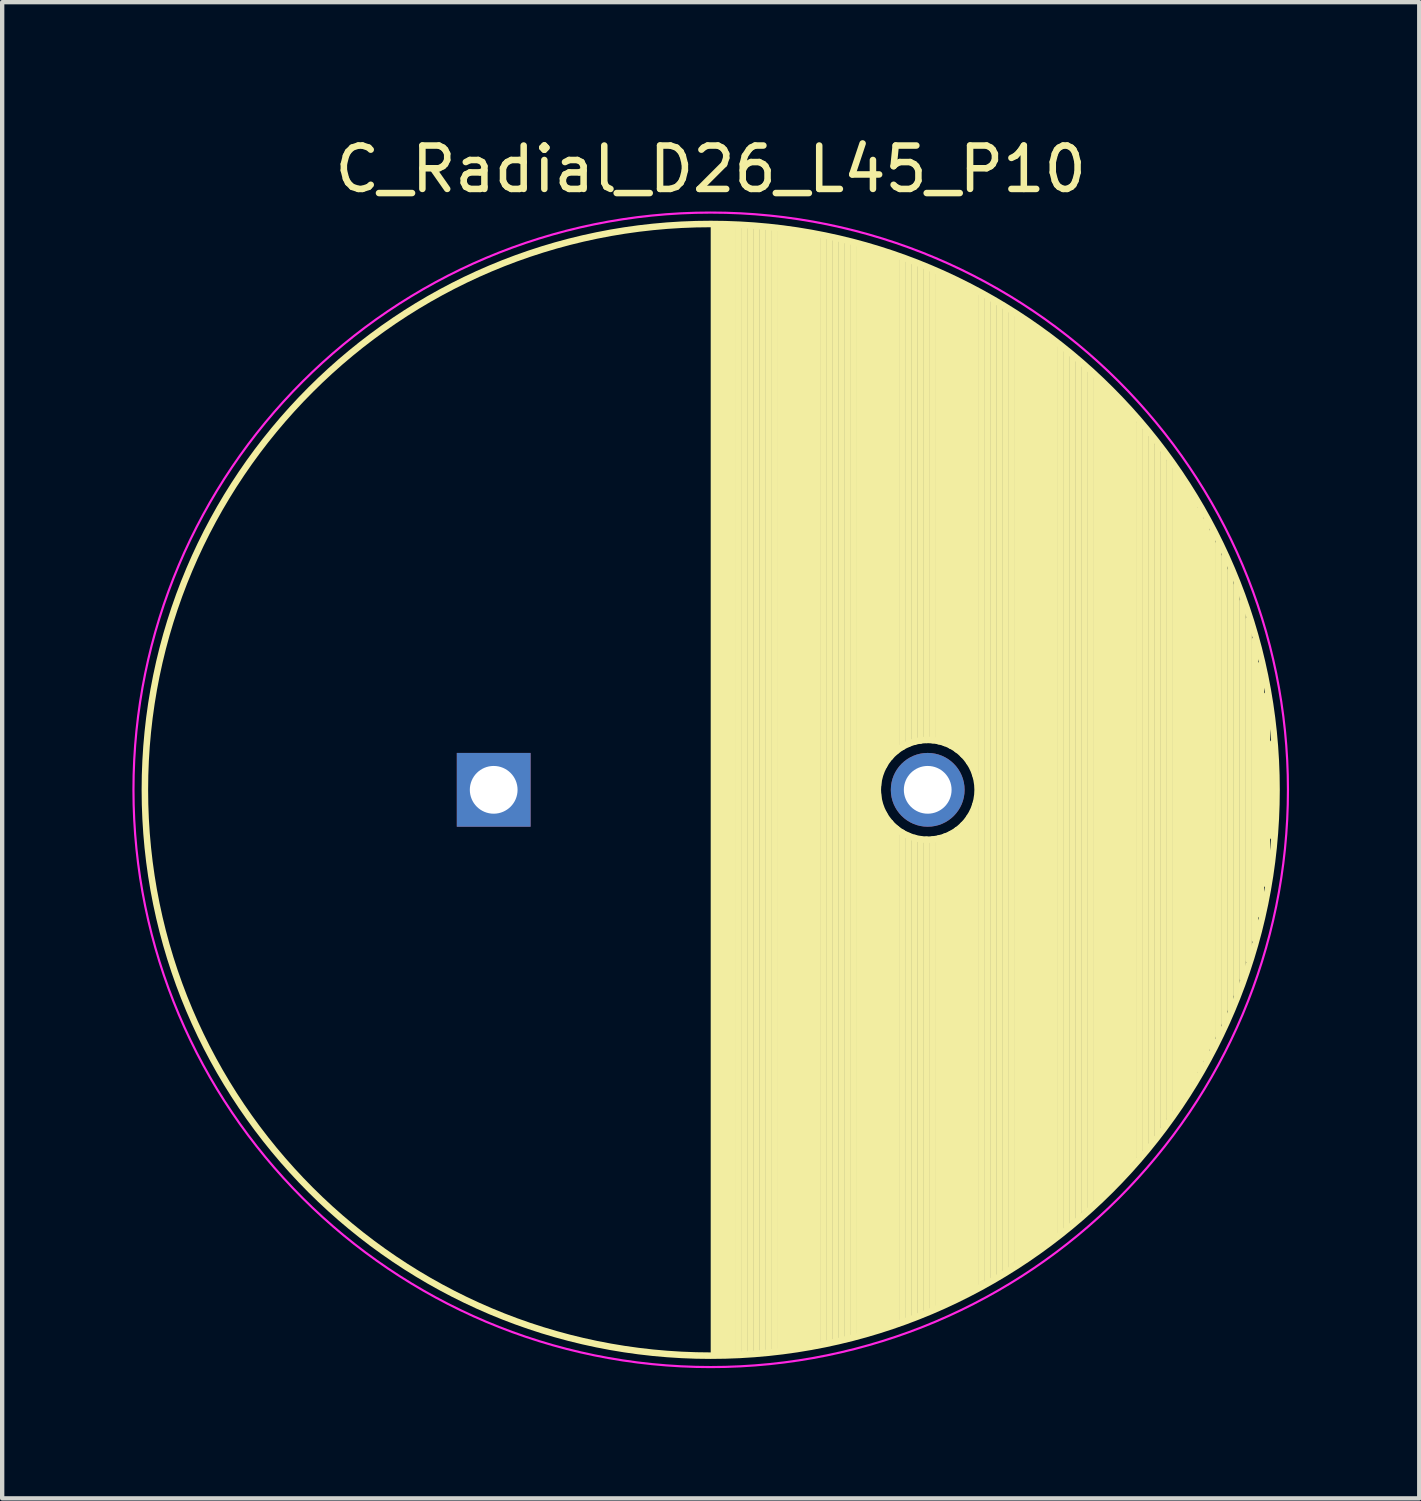
<source format=kicad_pcb>
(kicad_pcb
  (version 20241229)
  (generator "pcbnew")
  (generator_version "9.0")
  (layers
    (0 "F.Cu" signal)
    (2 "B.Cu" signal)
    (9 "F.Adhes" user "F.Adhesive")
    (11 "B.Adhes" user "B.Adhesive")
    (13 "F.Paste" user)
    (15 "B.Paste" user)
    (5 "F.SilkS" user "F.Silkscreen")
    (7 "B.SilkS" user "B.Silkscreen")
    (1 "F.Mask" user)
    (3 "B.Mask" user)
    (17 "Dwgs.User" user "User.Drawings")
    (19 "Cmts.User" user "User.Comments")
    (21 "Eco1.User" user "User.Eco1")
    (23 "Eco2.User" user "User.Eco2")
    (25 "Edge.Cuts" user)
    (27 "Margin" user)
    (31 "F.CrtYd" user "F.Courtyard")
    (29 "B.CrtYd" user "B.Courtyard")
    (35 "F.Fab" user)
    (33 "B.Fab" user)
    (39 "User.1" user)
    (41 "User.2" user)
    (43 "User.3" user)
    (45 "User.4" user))
  (footprint "C_Radial_D26_L45_P10"
    (layer "F.Cu")
    (at 8.325 15.148)
    (property "Reference" "C_Radial_D26_L45_P10" (at 5 -14.3 0) (layer "F.SilkS") (effects (font (size 1 1) (thickness 0.15))))
    (attr through_hole)
    (fp_line (start 5.075 -13) (end 5.075 13) (stroke (width 0.15) (type solid)) (layer "F.SilkS"))
    (fp_line (start 5.215 -12.998) (end 5.215 12.998) (stroke (width 0.15) (type solid)) (layer "F.SilkS"))
    (fp_line (start 5.355 -12.995) (end 5.355 12.995) (stroke (width 0.15) (type solid)) (layer "F.SilkS"))
    (fp_line (start 5.495 -12.991) (end 5.495 12.991) (stroke (width 0.15) (type solid)) (layer "F.SilkS"))
    (fp_line (start 5.635 -12.984) (end 5.635 12.984) (stroke (width 0.15) (type solid)) (layer "F.SilkS"))
    (fp_line (start 5.775 -12.977) (end 5.775 12.977) (stroke (width 0.15) (type solid)) (layer "F.SilkS"))
    (fp_line (start 5.915 -12.968) (end 5.915 12.968) (stroke (width 0.15) (type solid)) (layer "F.SilkS"))
    (fp_line (start 6.055 -12.957) (end 6.055 12.957) (stroke (width 0.15) (type solid)) (layer "F.SilkS"))
    (fp_line (start 6.195 -12.945) (end 6.195 12.945) (stroke (width 0.15) (type solid)) (layer "F.SilkS"))
    (fp_line (start 6.335 -12.931) (end 6.335 12.931) (stroke (width 0.15) (type solid)) (layer "F.SilkS"))
    (fp_line (start 6.475 -12.916) (end 6.475 12.916) (stroke (width 0.15) (type solid)) (layer "F.SilkS"))
    (fp_line (start 6.615 -12.899) (end 6.615 12.899) (stroke (width 0.15) (type solid)) (layer "F.SilkS"))
    (fp_line (start 6.755 -12.881) (end 6.755 12.881) (stroke (width 0.15) (type solid)) (layer "F.SilkS"))
    (fp_line (start 6.895 -12.861) (end 6.895 12.861) (stroke (width 0.15) (type solid)) (layer "F.SilkS"))
    (fp_line (start 7.035 -12.84) (end 7.035 12.84) (stroke (width 0.15) (type solid)) (layer "F.SilkS"))
    (fp_line (start 7.175 -12.817) (end 7.175 12.817) (stroke (width 0.15) (type solid)) (layer "F.SilkS"))
    (fp_line (start 7.315 -12.792) (end 7.315 12.792) (stroke (width 0.15) (type solid)) (layer "F.SilkS"))
    (fp_line (start 7.455 -12.766) (end 7.455 12.766) (stroke (width 0.15) (type solid)) (layer "F.SilkS"))
    (fp_line (start 7.595 -12.738) (end 7.595 12.738) (stroke (width 0.15) (type solid)) (layer "F.SilkS"))
    (fp_line (start 7.735 -12.709) (end 7.735 12.709) (stroke (width 0.15) (type solid)) (layer "F.SilkS"))
    (fp_line (start 7.875 -12.678) (end 7.875 12.678) (stroke (width 0.15) (type solid)) (layer "F.SilkS"))
    (fp_line (start 8.015 -12.646) (end 8.015 12.646) (stroke (width 0.15) (type solid)) (layer "F.SilkS"))
    (fp_line (start 8.155 -12.611) (end 8.155 12.611) (stroke (width 0.15) (type solid)) (layer "F.SilkS"))
    (fp_line (start 8.295 -12.575) (end 8.295 12.575) (stroke (width 0.15) (type solid)) (layer "F.SilkS"))
    (fp_line (start 8.435 -12.538) (end 8.435 12.538) (stroke (width 0.15) (type solid)) (layer "F.SilkS"))
    (fp_line (start 8.575 -12.499) (end 8.575 12.499) (stroke (width 0.15) (type solid)) (layer "F.SilkS"))
    (fp_line (start 8.715 -12.458) (end 8.715 12.458) (stroke (width 0.15) (type solid)) (layer "F.SilkS"))
    (fp_line (start 8.855 -12.415) (end 8.855 -0.107) (stroke (width 0.15) (type solid)) (layer "F.SilkS"))
    (fp_line (start 8.855 0.107) (end 8.855 12.415) (stroke (width 0.15) (type solid)) (layer "F.SilkS"))
    (fp_line (start 8.995 -12.371) (end 8.995 -0.559) (stroke (width 0.15) (type solid)) (layer "F.SilkS"))
    (fp_line (start 8.995 0.559) (end 8.995 12.371) (stroke (width 0.15) (type solid)) (layer "F.SilkS"))
    (fp_line (start 9.135 -12.325) (end 9.135 -0.758) (stroke (width 0.15) (type solid)) (layer "F.SilkS"))
    (fp_line (start 9.135 0.758) (end 9.135 12.325) (stroke (width 0.15) (type solid)) (layer "F.SilkS"))
    (fp_line (start 9.275 -12.277) (end 9.275 -0.893) (stroke (width 0.15) (type solid)) (layer "F.SilkS"))
    (fp_line (start 9.275 0.893) (end 9.275 12.277) (stroke (width 0.15) (type solid)) (layer "F.SilkS"))
    (fp_line (start 9.415 -12.227) (end 9.415 -0.99) (stroke (width 0.15) (type solid)) (layer "F.SilkS"))
    (fp_line (start 9.415 0.99) (end 9.415 12.227) (stroke (width 0.15) (type solid)) (layer "F.SilkS"))
    (fp_line (start 9.555 -12.176) (end 9.555 -1.06) (stroke (width 0.15) (type solid)) (layer "F.SilkS"))
    (fp_line (start 9.555 1.06) (end 9.555 12.176) (stroke (width 0.15) (type solid)) (layer "F.SilkS"))
    (fp_line (start 9.695 -12.123) (end 9.695 -1.109) (stroke (width 0.15) (type solid)) (layer "F.SilkS"))
    (fp_line (start 9.695 1.109) (end 9.695 12.123) (stroke (width 0.15) (type solid)) (layer "F.SilkS"))
    (fp_line (start 9.835 -12.067) (end 9.835 -1.138) (stroke (width 0.15) (type solid)) (layer "F.SilkS"))
    (fp_line (start 9.835 1.138) (end 9.835 12.067) (stroke (width 0.15) (type solid)) (layer "F.SilkS"))
    (fp_line (start 9.975 -12.01) (end 9.975 -1.15) (stroke (width 0.15) (type solid)) (layer "F.SilkS"))
    (fp_line (start 9.975 1.15) (end 9.975 12.01) (stroke (width 0.15) (type solid)) (layer "F.SilkS"))
    (fp_line (start 10.115 -11.951) (end 10.115 -1.144) (stroke (width 0.15) (type solid)) (layer "F.SilkS"))
    (fp_line (start 10.115 1.144) (end 10.115 11.951) (stroke (width 0.15) (type solid)) (layer "F.SilkS"))
    (fp_line (start 10.255 -11.891) (end 10.255 -1.121) (stroke (width 0.15) (type solid)) (layer "F.SilkS"))
    (fp_line (start 10.255 1.121) (end 10.255 11.891) (stroke (width 0.15) (type solid)) (layer "F.SilkS"))
    (fp_line (start 10.395 -11.828) (end 10.395 -1.08) (stroke (width 0.15) (type solid)) (layer "F.SilkS"))
    (fp_line (start 10.395 1.08) (end 10.395 11.828) (stroke (width 0.15) (type solid)) (layer "F.SilkS"))
    (fp_line (start 10.535 -11.763) (end 10.535 -1.018) (stroke (width 0.15) (type solid)) (layer "F.SilkS"))
    (fp_line (start 10.535 1.018) (end 10.535 11.763) (stroke (width 0.15) (type solid)) (layer "F.SilkS"))
    (fp_line (start 10.675 -11.696) (end 10.675 -0.931) (stroke (width 0.15) (type solid)) (layer "F.SilkS"))
    (fp_line (start 10.675 0.931) (end 10.675 11.696) (stroke (width 0.15) (type solid)) (layer "F.SilkS"))
    (fp_line (start 10.815 -11.627) (end 10.815 -0.811) (stroke (width 0.15) (type solid)) (layer "F.SilkS"))
    (fp_line (start 10.815 0.811) (end 10.815 11.627) (stroke (width 0.15) (type solid)) (layer "F.SilkS"))
    (fp_line (start 10.955 -11.556) (end 10.955 -0.641) (stroke (width 0.15) (type solid)) (layer "F.SilkS"))
    (fp_line (start 10.955 0.641) (end 10.955 11.556) (stroke (width 0.15) (type solid)) (layer "F.SilkS"))
    (fp_line (start 11.095 -11.483) (end 11.095 -0.351) (stroke (width 0.15) (type solid)) (layer "F.SilkS"))
    (fp_line (start 11.095 0.351) (end 11.095 11.483) (stroke (width 0.15) (type solid)) (layer "F.SilkS"))
    (fp_line (start 11.235 -11.407) (end 11.235 11.407) (stroke (width 0.15) (type solid)) (layer "F.SilkS"))
    (fp_line (start 11.375 -11.33) (end 11.375 11.33) (stroke (width 0.15) (type solid)) (layer "F.SilkS"))
    (fp_line (start 11.515 -11.25) (end 11.515 11.25) (stroke (width 0.15) (type solid)) (layer "F.SilkS"))
    (fp_line (start 11.655 -11.167) (end 11.655 11.167) (stroke (width 0.15) (type solid)) (layer "F.SilkS"))
    (fp_line (start 11.795 -11.083) (end 11.795 11.083) (stroke (width 0.15) (type solid)) (layer "F.SilkS"))
    (fp_line (start 11.935 -10.996) (end 11.935 10.996) (stroke (width 0.15) (type solid)) (layer "F.SilkS"))
    (fp_line (start 12.075 -10.906) (end 12.075 10.906) (stroke (width 0.15) (type solid)) (layer "F.SilkS"))
    (fp_line (start 12.215 -10.814) (end 12.215 10.814) (stroke (width 0.15) (type solid)) (layer "F.SilkS"))
    (fp_line (start 12.355 -10.719) (end 12.355 10.719) (stroke (width 0.15) (type solid)) (layer "F.SilkS"))
    (fp_line (start 12.495 -10.622) (end 12.495 10.622) (stroke (width 0.15) (type solid)) (layer "F.SilkS"))
    (fp_line (start 12.635 -10.522) (end 12.635 10.522) (stroke (width 0.15) (type solid)) (layer "F.SilkS"))
    (fp_line (start 12.775 -10.419) (end 12.775 10.419) (stroke (width 0.15) (type solid)) (layer "F.SilkS"))
    (fp_line (start 12.915 -10.313) (end 12.915 10.313) (stroke (width 0.15) (type solid)) (layer "F.SilkS"))
    (fp_line (start 13.055 -10.204) (end 13.055 10.204) (stroke (width 0.15) (type solid)) (layer "F.SilkS"))
    (fp_line (start 13.195 -10.092) (end 13.195 10.092) (stroke (width 0.15) (type solid)) (layer "F.SilkS"))
    (fp_line (start 13.335 -9.976) (end 13.335 9.976) (stroke (width 0.15) (type solid)) (layer "F.SilkS"))
    (fp_line (start 13.475 -9.858) (end 13.475 9.858) (stroke (width 0.15) (type solid)) (layer "F.SilkS"))
    (fp_line (start 13.615 -9.736) (end 13.615 9.736) (stroke (width 0.15) (type solid)) (layer "F.SilkS"))
    (fp_line (start 13.755 -9.61) (end 13.755 9.61) (stroke (width 0.15) (type solid)) (layer "F.SilkS"))
    (fp_line (start 13.895 -9.48) (end 13.895 9.48) (stroke (width 0.15) (type solid)) (layer "F.SilkS"))
    (fp_line (start 14.035 -9.347) (end 14.035 9.347) (stroke (width 0.15) (type solid)) (layer "F.SilkS"))
    (fp_line (start 14.175 -9.21) (end 14.175 9.21) (stroke (width 0.15) (type solid)) (layer "F.SilkS"))
    (fp_line (start 14.315 -9.068) (end 14.315 9.068) (stroke (width 0.15) (type solid)) (layer "F.SilkS"))
    (fp_line (start 14.455 -8.922) (end 14.455 8.922) (stroke (width 0.15) (type solid)) (layer "F.SilkS"))
    (fp_line (start 14.595 -8.771) (end 14.595 8.771) (stroke (width 0.15) (type solid)) (layer "F.SilkS"))
    (fp_line (start 14.735 -8.616) (end 14.735 8.616) (stroke (width 0.15) (type solid)) (layer "F.SilkS"))
    (fp_line (start 14.875 -8.455) (end 14.875 8.455) (stroke (width 0.15) (type solid)) (layer "F.SilkS"))
    (fp_line (start 15.015 -8.289) (end 15.015 8.289) (stroke (width 0.15) (type solid)) (layer "F.SilkS"))
    (fp_line (start 15.155 -8.116) (end 15.155 8.116) (stroke (width 0.15) (type solid)) (layer "F.SilkS"))
    (fp_line (start 15.295 -7.938) (end 15.295 7.938) (stroke (width 0.15) (type solid)) (layer "F.SilkS"))
    (fp_line (start 15.435 -7.753) (end 15.435 7.753) (stroke (width 0.15) (type solid)) (layer "F.SilkS"))
    (fp_line (start 15.575 -7.561) (end 15.575 7.561) (stroke (width 0.15) (type solid)) (layer "F.SilkS"))
    (fp_line (start 15.715 -7.361) (end 15.715 7.361) (stroke (width 0.15) (type solid)) (layer "F.SilkS"))
    (fp_line (start 15.855 -7.153) (end 15.855 7.153) (stroke (width 0.15) (type solid)) (layer "F.SilkS"))
    (fp_line (start 15.995 -6.936) (end 15.995 6.936) (stroke (width 0.15) (type solid)) (layer "F.SilkS"))
    (fp_line (start 16.135 -6.709) (end 16.135 6.709) (stroke (width 0.15) (type solid)) (layer "F.SilkS"))
    (fp_line (start 16.275 -6.471) (end 16.275 6.471) (stroke (width 0.15) (type solid)) (layer "F.SilkS"))
    (fp_line (start 16.415 -6.221) (end 16.415 6.221) (stroke (width 0.15) (type solid)) (layer "F.SilkS"))
    (fp_line (start 16.555 -5.957) (end 16.555 5.957) (stroke (width 0.15) (type solid)) (layer "F.SilkS"))
    (fp_line (start 16.695 -5.677) (end 16.695 5.677) (stroke (width 0.15) (type solid)) (layer "F.SilkS"))
    (fp_line (start 16.835 -5.379) (end 16.835 5.379) (stroke (width 0.15) (type solid)) (layer "F.SilkS"))
    (fp_line (start 16.975 -5.06) (end 16.975 5.06) (stroke (width 0.15) (type solid)) (layer "F.SilkS"))
    (fp_line (start 17.115 -4.715) (end 17.115 4.715) (stroke (width 0.15) (type solid)) (layer "F.SilkS"))
    (fp_line (start 17.255 -4.338) (end 17.255 4.338) (stroke (width 0.15) (type solid)) (layer "F.SilkS"))
    (fp_line (start 17.395 -3.92) (end 17.395 3.92) (stroke (width 0.15) (type solid)) (layer "F.SilkS"))
    (fp_line (start 17.535 -3.446) (end 17.535 3.446) (stroke (width 0.15) (type solid)) (layer "F.SilkS"))
    (fp_line (start 17.675 -2.889) (end 17.675 2.889) (stroke (width 0.15) (type solid)) (layer "F.SilkS"))
    (fp_line (start 17.815 -2.185) (end 17.815 2.185) (stroke (width 0.15) (type solid)) (layer "F.SilkS"))
    (fp_line (start 17.955 -1.081) (end 17.955 1.081) (stroke (width 0.15) (type solid)) (layer "F.SilkS"))
    (fp_circle (center 5 0) (end 5 -13.037) (stroke (width 0.15) (type solid)) (fill no) (layer "F.SilkS"))
    (fp_circle (center 10 0) (end 10 -1.15) (stroke (width 0.15) (type solid)) (fill no) (layer "F.SilkS"))
    (fp_circle (center 5 0) (end 5 -13.3) (stroke (width 0.05) (type solid)) (fill no) (layer "F.CrtYd"))
    (pad "1" thru_hole rect (at 0 0) (size 1.7 1.7) (drill 1.1) (layers "*.Cu" "*.Mask"))
    (pad "2" thru_hole circle (at 10 0) (size 1.7 1.7) (drill 1.1) (layers "*.Cu" "*.Mask")))
  (gr_rect
    (start -3 -3)
    (end 29.65 31.473)
    (stroke (width 0.1) (type default))
    (fill no)
    (layer "Edge.Cuts")))
</source>
